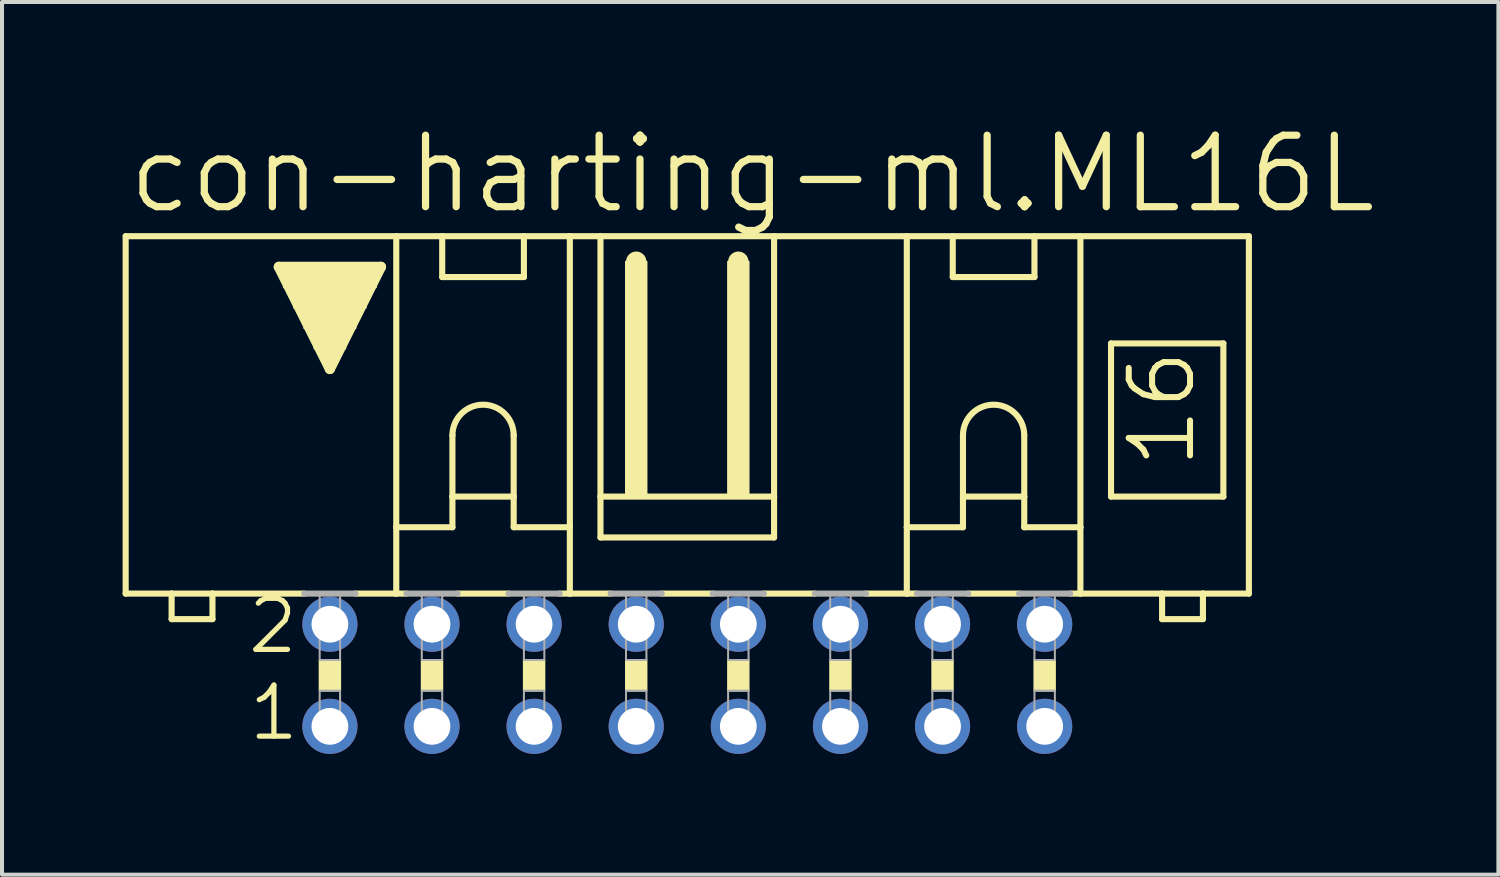
<source format=kicad_pcb>
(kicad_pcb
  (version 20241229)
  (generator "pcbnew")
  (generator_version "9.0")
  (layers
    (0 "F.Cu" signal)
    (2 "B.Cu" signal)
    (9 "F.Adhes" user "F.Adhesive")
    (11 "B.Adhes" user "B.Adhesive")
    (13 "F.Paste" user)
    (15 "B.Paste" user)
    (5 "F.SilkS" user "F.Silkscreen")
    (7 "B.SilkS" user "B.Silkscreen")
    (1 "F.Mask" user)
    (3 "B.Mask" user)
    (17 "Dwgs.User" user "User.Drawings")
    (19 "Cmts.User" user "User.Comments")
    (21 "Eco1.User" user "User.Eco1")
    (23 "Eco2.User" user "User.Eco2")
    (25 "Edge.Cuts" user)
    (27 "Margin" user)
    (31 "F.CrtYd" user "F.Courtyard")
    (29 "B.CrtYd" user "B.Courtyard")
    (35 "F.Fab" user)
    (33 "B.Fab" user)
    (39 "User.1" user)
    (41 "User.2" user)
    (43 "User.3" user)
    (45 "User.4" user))
  (footprint "con-harting-ml.ML16L"
    (layer "F.Cu")
    (at 14.046 13.748)
    (property "Reference" "con-harting-ml.ML16L" (at -13.995 -11.43 0) (layer "F.SilkS") (effects (font (size 1.778 1.778) (thickness 0.18)) (justify left bottom)))
    (attr through_hole)
    (fp_line (start -13.97 -2.032) (end -13.97 -10.922) (stroke (width 0.152) (type default)) (layer "F.SilkS"))
    (fp_line (start -13.97 -2.032) (end -12.827 -2.032) (stroke (width 0.152) (type default)) (layer "F.SilkS"))
    (fp_line (start -12.827 -2.032) (end -12.827 -1.397) (stroke (width 0.152) (type default)) (layer "F.SilkS"))
    (fp_line (start -12.827 -2.032) (end -11.811 -2.032) (stroke (width 0.152) (type default)) (layer "F.SilkS"))
    (fp_line (start -11.811 -2.032) (end -9.525 -2.032) (stroke (width 0.152) (type default)) (layer "F.SilkS"))
    (fp_line (start -11.811 -1.397) (end -12.827 -1.397) (stroke (width 0.152) (type default)) (layer "F.SilkS"))
    (fp_line (start -11.811 -1.397) (end -11.811 -2.032) (stroke (width 0.152) (type default)) (layer "F.SilkS"))
    (fp_line (start -10.16 -10.16) (end -7.62 -10.16) (stroke (width 0.254) (type default)) (layer "F.SilkS"))
    (fp_line (start -8.89 -7.62) (end -10.16 -10.16) (stroke (width 0.254) (type default)) (layer "F.SilkS"))
    (fp_line (start -8.255 -2.032) (end -7.239 -2.032) (stroke (width 0.152) (type default)) (layer "F.SilkS"))
    (fp_line (start -7.62 -10.16) (end -8.89 -7.62) (stroke (width 0.254) (type default)) (layer "F.SilkS"))
    (fp_line (start -7.239 -10.922) (end -13.97 -10.922) (stroke (width 0.152) (type default)) (layer "F.SilkS"))
    (fp_line (start -7.239 -10.922) (end -6.096 -10.922) (stroke (width 0.152) (type default)) (layer "F.SilkS"))
    (fp_line (start -7.239 -3.683) (end -7.239 -10.922) (stroke (width 0.152) (type default)) (layer "F.SilkS"))
    (fp_line (start -7.239 -3.683) (end -5.842 -3.683) (stroke (width 0.152) (type default)) (layer "F.SilkS"))
    (fp_line (start -7.239 -2.032) (end -7.239 -3.683) (stroke (width 0.152) (type default)) (layer "F.SilkS"))
    (fp_line (start -7.239 -2.032) (end -6.985 -2.032) (stroke (width 0.152) (type default)) (layer "F.SilkS"))
    (fp_line (start -6.096 -10.922) (end -4.064 -10.922) (stroke (width 0.152) (type default)) (layer "F.SilkS"))
    (fp_line (start -6.096 -9.906) (end -6.096 -10.922) (stroke (width 0.152) (type default)) (layer "F.SilkS"))
    (fp_line (start -6.096 -9.906) (end -4.064 -9.906) (stroke (width 0.152) (type default)) (layer "F.SilkS"))
    (fp_line (start -5.842 -5.969) (end -5.842 -4.445) (stroke (width 0.152) (type default)) (layer "F.SilkS"))
    (fp_line (start -5.842 -4.445) (end -5.842 -3.683) (stroke (width 0.152) (type default)) (layer "F.SilkS"))
    (fp_line (start -5.842 -4.445) (end -4.318 -4.445) (stroke (width 0.152) (type default)) (layer "F.SilkS"))
    (fp_line (start -5.715 -2.032) (end -4.445 -2.032) (stroke (width 0.152) (type default)) (layer "F.SilkS"))
    (fp_line (start -4.318 -5.969) (end -4.318 -4.445) (stroke (width 0.152) (type default)) (layer "F.SilkS"))
    (fp_line (start -4.318 -4.445) (end -4.318 -3.683) (stroke (width 0.152) (type default)) (layer "F.SilkS"))
    (fp_line (start -4.318 -3.683) (end -2.921 -3.683) (stroke (width 0.152) (type default)) (layer "F.SilkS"))
    (fp_line (start -4.064 -10.922) (end -4.064 -9.906) (stroke (width 0.152) (type default)) (layer "F.SilkS"))
    (fp_line (start -4.064 -10.922) (end -2.921 -10.922) (stroke (width 0.152) (type default)) (layer "F.SilkS"))
    (fp_line (start -3.175 -2.032) (end -2.921 -2.032) (stroke (width 0.152) (type default)) (layer "F.SilkS"))
    (fp_line (start -2.921 -10.922) (end -2.159 -10.922) (stroke (width 0.152) (type default)) (layer "F.SilkS"))
    (fp_line (start -2.921 -3.683) (end -2.921 -10.922) (stroke (width 0.152) (type default)) (layer "F.SilkS"))
    (fp_line (start -2.921 -3.683) (end -2.921 -2.032) (stroke (width 0.152) (type default)) (layer "F.SilkS"))
    (fp_line (start -2.921 -2.032) (end -1.905 -2.032) (stroke (width 0.152) (type default)) (layer "F.SilkS"))
    (fp_line (start -2.159 -10.922) (end -2.159 -4.445) (stroke (width 0.152) (type default)) (layer "F.SilkS"))
    (fp_line (start -2.159 -10.922) (end 2.159 -10.922) (stroke (width 0.152) (type default)) (layer "F.SilkS"))
    (fp_line (start -2.159 -4.445) (end -2.159 -3.429) (stroke (width 0.152) (type default)) (layer "F.SilkS"))
    (fp_line (start -1.27 -10.033) (end -1.27 -10.287) (stroke (width 0.508) (type default)) (layer "F.SilkS"))
    (fp_line (start -0.635 -2.032) (end 0.635 -2.032) (stroke (width 0.152) (type default)) (layer "F.SilkS"))
    (fp_line (start 1.27 -10.033) (end 1.27 -10.287) (stroke (width 0.508) (type default)) (layer "F.SilkS"))
    (fp_line (start 1.905 -2.032) (end 3.175 -2.032) (stroke (width 0.152) (type default)) (layer "F.SilkS"))
    (fp_line (start 2.159 -10.922) (end 2.159 -4.445) (stroke (width 0.152) (type default)) (layer "F.SilkS"))
    (fp_line (start 2.159 -10.922) (end 5.461 -10.922) (stroke (width 0.152) (type default)) (layer "F.SilkS"))
    (fp_line (start 2.159 -4.445) (end -2.159 -4.445) (stroke (width 0.152) (type default)) (layer "F.SilkS"))
    (fp_line (start 2.159 -4.445) (end 2.159 -3.429) (stroke (width 0.152) (type default)) (layer "F.SilkS"))
    (fp_line (start 2.159 -3.429) (end -2.159 -3.429) (stroke (width 0.152) (type default)) (layer "F.SilkS"))
    (fp_line (start 4.445 -2.032) (end 5.461 -2.032) (stroke (width 0.152) (type default)) (layer "F.SilkS"))
    (fp_line (start 5.461 -10.922) (end 13.97 -10.922) (stroke (width 0.152) (type default)) (layer "F.SilkS"))
    (fp_line (start 5.461 -3.683) (end 5.461 -10.922) (stroke (width 0.152) (type default)) (layer "F.SilkS"))
    (fp_line (start 5.461 -3.683) (end 5.461 -2.032) (stroke (width 0.152) (type default)) (layer "F.SilkS"))
    (fp_line (start 5.461 -3.683) (end 6.858 -3.683) (stroke (width 0.152) (type default)) (layer "F.SilkS"))
    (fp_line (start 5.461 -2.032) (end 5.715 -2.032) (stroke (width 0.152) (type default)) (layer "F.SilkS"))
    (fp_line (start 6.604 -9.906) (end 6.604 -10.922) (stroke (width 0.152) (type default)) (layer "F.SilkS"))
    (fp_line (start 6.604 -9.906) (end 8.636 -9.906) (stroke (width 0.152) (type default)) (layer "F.SilkS"))
    (fp_line (start 6.858 -5.969) (end 6.858 -4.445) (stroke (width 0.152) (type default)) (layer "F.SilkS"))
    (fp_line (start 6.858 -4.445) (end 6.858 -3.683) (stroke (width 0.152) (type default)) (layer "F.SilkS"))
    (fp_line (start 6.858 -4.445) (end 8.382 -4.445) (stroke (width 0.152) (type default)) (layer "F.SilkS"))
    (fp_line (start 6.985 -2.032) (end 8.255 -2.032) (stroke (width 0.152) (type default)) (layer "F.SilkS"))
    (fp_line (start 8.382 -5.969) (end 8.382 -4.445) (stroke (width 0.152) (type default)) (layer "F.SilkS"))
    (fp_line (start 8.382 -4.445) (end 8.382 -3.683) (stroke (width 0.152) (type default)) (layer "F.SilkS"))
    (fp_line (start 8.382 -3.683) (end 9.779 -3.683) (stroke (width 0.152) (type default)) (layer "F.SilkS"))
    (fp_line (start 8.636 -10.922) (end 8.636 -9.906) (stroke (width 0.152) (type default)) (layer "F.SilkS"))
    (fp_line (start 9.779 -3.683) (end 9.779 -10.922) (stroke (width 0.152) (type default)) (layer "F.SilkS"))
    (fp_line (start 9.779 -3.683) (end 9.779 -2.032) (stroke (width 0.152) (type default)) (layer "F.SilkS"))
    (fp_line (start 9.779 -2.032) (end 9.525 -2.032) (stroke (width 0.152) (type default)) (layer "F.SilkS"))
    (fp_line (start 10.541 -8.255) (end 10.541 -4.445) (stroke (width 0.152) (type default)) (layer "F.SilkS"))
    (fp_line (start 10.541 -8.255) (end 13.335 -8.255) (stroke (width 0.152) (type default)) (layer "F.SilkS"))
    (fp_line (start 10.541 -4.445) (end 13.335 -4.445) (stroke (width 0.152) (type default)) (layer "F.SilkS"))
    (fp_line (start 11.811 -2.032) (end 9.779 -2.032) (stroke (width 0.152) (type default)) (layer "F.SilkS"))
    (fp_line (start 11.811 -2.032) (end 11.811 -1.397) (stroke (width 0.152) (type default)) (layer "F.SilkS"))
    (fp_line (start 12.827 -2.032) (end 11.811 -2.032) (stroke (width 0.152) (type default)) (layer "F.SilkS"))
    (fp_line (start 12.827 -1.397) (end 11.811 -1.397) (stroke (width 0.152) (type default)) (layer "F.SilkS"))
    (fp_line (start 12.827 -1.397) (end 12.827 -2.032) (stroke (width 0.152) (type default)) (layer "F.SilkS"))
    (fp_line (start 13.335 -4.445) (end 13.335 -8.255) (stroke (width 0.152) (type default)) (layer "F.SilkS"))
    (fp_line (start 13.97 -2.032) (end 12.827 -2.032) (stroke (width 0.152) (type default)) (layer "F.SilkS"))
    (fp_line (start 13.97 -2.032) (end 13.97 -10.922) (stroke (width 0.152) (type default)) (layer "F.SilkS"))
    (fp_rect (start -10.033 -9.652) (end -7.747 -10.16) (stroke (width 0.05) (type default)) (fill yes) (layer "F.SilkS"))
    (fp_rect (start -9.779 -9.144) (end -8.001 -9.652) (stroke (width 0.05) (type default)) (fill yes) (layer "F.SilkS"))
    (fp_rect (start -9.525 -8.636) (end -8.255 -9.144) (stroke (width 0.05) (type default)) (fill yes) (layer "F.SilkS"))
    (fp_rect (start -9.271 -8.128) (end -8.509 -8.636) (stroke (width 0.05) (type default)) (fill yes) (layer "F.SilkS"))
    (fp_rect (start -9.144 0.381) (end -8.636 -0.381) (stroke (width 0.05) (type default)) (fill yes) (layer "F.SilkS"))
    (fp_rect (start -9.017 -7.874) (end -8.763 -8.128) (stroke (width 0.05) (type default)) (fill yes) (layer "F.SilkS"))
    (fp_rect (start -6.604 0.381) (end -6.096 -0.381) (stroke (width 0.05) (type default)) (fill yes) (layer "F.SilkS"))
    (fp_rect (start -4.064 0.381) (end -3.556 -0.381) (stroke (width 0.05) (type default)) (fill yes) (layer "F.SilkS"))
    (fp_rect (start -1.524 -4.445) (end -1.016 -10.287) (stroke (width 0.05) (type default)) (fill yes) (layer "F.SilkS"))
    (fp_rect (start -1.524 0.381) (end -1.016 -0.381) (stroke (width 0.05) (type default)) (fill yes) (layer "F.SilkS"))
    (fp_rect (start 1.016 -4.445) (end 1.524 -10.287) (stroke (width 0.05) (type default)) (fill yes) (layer "F.SilkS"))
    (fp_rect (start 1.016 0.381) (end 1.524 -0.381) (stroke (width 0.05) (type default)) (fill yes) (layer "F.SilkS"))
    (fp_rect (start 3.556 0.381) (end 4.064 -0.381) (stroke (width 0.05) (type default)) (fill yes) (layer "F.SilkS"))
    (fp_rect (start 6.096 0.381) (end 6.604 -0.381) (stroke (width 0.05) (type default)) (fill yes) (layer "F.SilkS"))
    (fp_rect (start 8.636 0.381) (end 9.144 -0.381) (stroke (width 0.05) (type default)) (fill yes) (layer "F.SilkS"))
    (fp_arc (start -5.842 -5.969) (mid -5.08 -6.731) (end -4.318 -5.969) (stroke (width 0.1524) (type default)) (layer "F.SilkS"))
    (fp_arc (start 6.858 -5.969) (mid 7.62 -6.731) (end 8.382 -5.969) (stroke (width 0.1524) (type default)) (layer "F.SilkS"))
    (fp_line (start -9.525 -2.032) (end -8.255 -2.032) (stroke (width 0.152) (type default)) (layer "F.Fab"))
    (fp_line (start -6.985 -2.032) (end -5.715 -2.032) (stroke (width 0.152) (type default)) (layer "F.Fab"))
    (fp_line (start -4.445 -2.032) (end -3.175 -2.032) (stroke (width 0.152) (type default)) (layer "F.Fab"))
    (fp_line (start -1.905 -2.032) (end -0.635 -2.032) (stroke (width 0.152) (type default)) (layer "F.Fab"))
    (fp_line (start 1.905 -2.032) (end 0.635 -2.032) (stroke (width 0.152) (type default)) (layer "F.Fab"))
    (fp_line (start 4.445 -2.032) (end 3.175 -2.032) (stroke (width 0.152) (type default)) (layer "F.Fab"))
    (fp_line (start 6.985 -2.032) (end 5.715 -2.032) (stroke (width 0.152) (type default)) (layer "F.Fab"))
    (fp_line (start 9.525 -2.032) (end 8.255 -2.032) (stroke (width 0.152) (type default)) (layer "F.Fab"))
    (fp_rect (start -9.144 -0.381) (end -8.636 -2.032) (stroke (width 0.05) (type default)) (fill no) (layer "F.Fab"))
    (fp_rect (start -9.144 1.524) (end -8.636 0.381) (stroke (width 0.05) (type default)) (fill no) (layer "F.Fab"))
    (fp_rect (start -6.604 -0.381) (end -6.096 -2.032) (stroke (width 0.05) (type default)) (fill no) (layer "F.Fab"))
    (fp_rect (start -6.604 1.524) (end -6.096 0.381) (stroke (width 0.05) (type default)) (fill no) (layer "F.Fab"))
    (fp_rect (start -4.064 -0.381) (end -3.556 -2.032) (stroke (width 0.05) (type default)) (fill no) (layer "F.Fab"))
    (fp_rect (start -4.064 1.524) (end -3.556 0.381) (stroke (width 0.05) (type default)) (fill no) (layer "F.Fab"))
    (fp_rect (start -1.524 -0.381) (end -1.016 -2.032) (stroke (width 0.05) (type default)) (fill no) (layer "F.Fab"))
    (fp_rect (start -1.524 1.524) (end -1.016 0.381) (stroke (width 0.05) (type default)) (fill no) (layer "F.Fab"))
    (fp_rect (start 1.016 -0.381) (end 1.524 -2.032) (stroke (width 0.05) (type default)) (fill no) (layer "F.Fab"))
    (fp_rect (start 1.016 1.524) (end 1.524 0.381) (stroke (width 0.05) (type default)) (fill no) (layer "F.Fab"))
    (fp_rect (start 3.556 -0.381) (end 4.064 -2.032) (stroke (width 0.05) (type default)) (fill no) (layer "F.Fab"))
    (fp_rect (start 3.556 1.524) (end 4.064 0.381) (stroke (width 0.05) (type default)) (fill no) (layer "F.Fab"))
    (fp_rect (start 6.096 -0.381) (end 6.604 -2.032) (stroke (width 0.05) (type default)) (fill no) (layer "F.Fab"))
    (fp_rect (start 6.096 1.524) (end 6.604 0.381) (stroke (width 0.05) (type default)) (fill no) (layer "F.Fab"))
    (fp_rect (start 8.636 -0.381) (end 9.144 -2.032) (stroke (width 0.05) (type default)) (fill no) (layer "F.Fab"))
    (fp_rect (start 8.636 1.524) (end 9.144 0.381) (stroke (width 0.05) (type default)) (fill no) (layer "F.Fab"))
    (fp_text user "16" (at 12.7 -5.08 90) (layer "F.SilkS") (effects (font (size 1.524 1.524) (thickness 0.15)) (justify left bottom)))
    (fp_text user "1" (at -10.973 1.676 0) (layer "F.SilkS") (effects (font (size 1.27 1.27) (thickness 0.13)) (justify left bottom)))
    (fp_text user "2" (at -10.998 -0.483 0) (layer "F.SilkS") (effects (font (size 1.27 1.27) (thickness 0.13)) (justify left bottom)))
    (pad "1" thru_hole circle (at -8.89 1.27) (size 1.372 1.372) (drill 0.914) (layers "*.Cu" "*.Mask"))
    (pad "2" thru_hole circle (at -8.89 -1.27) (size 1.372 1.372) (drill 0.914) (layers "*.Cu" "*.Mask"))
    (pad "3" thru_hole circle (at -6.35 1.27) (size 1.372 1.372) (drill 0.914) (layers "*.Cu" "*.Mask"))
    (pad "4" thru_hole circle (at -6.35 -1.27) (size 1.372 1.372) (drill 0.914) (layers "*.Cu" "*.Mask"))
    (pad "5" thru_hole circle (at -3.81 1.27) (size 1.372 1.372) (drill 0.914) (layers "*.Cu" "*.Mask"))
    (pad "6" thru_hole circle (at -3.81 -1.27) (size 1.372 1.372) (drill 0.914) (layers "*.Cu" "*.Mask"))
    (pad "7" thru_hole circle (at -1.27 1.27) (size 1.372 1.372) (drill 0.914) (layers "*.Cu" "*.Mask"))
    (pad "8" thru_hole circle (at -1.27 -1.27) (size 1.372 1.372) (drill 0.914) (layers "*.Cu" "*.Mask"))
    (pad "9" thru_hole circle (at 1.27 1.27) (size 1.372 1.372) (drill 0.914) (layers "*.Cu" "*.Mask"))
    (pad "10" thru_hole circle (at 1.27 -1.27) (size 1.372 1.372) (drill 0.914) (layers "*.Cu" "*.Mask"))
    (pad "11" thru_hole circle (at 3.81 1.27) (size 1.372 1.372) (drill 0.914) (layers "*.Cu" "*.Mask"))
    (pad "12" thru_hole circle (at 3.81 -1.27) (size 1.372 1.372) (drill 0.914) (layers "*.Cu" "*.Mask"))
    (pad "13" thru_hole circle (at 6.35 1.27) (size 1.372 1.372) (drill 0.914) (layers "*.Cu" "*.Mask"))
    (pad "14" thru_hole circle (at 6.35 -1.27) (size 1.372 1.372) (drill 0.914) (layers "*.Cu" "*.Mask"))
    (pad "15" thru_hole circle (at 8.89 1.27) (size 1.372 1.372) (drill 0.914) (layers "*.Cu" "*.Mask"))
    (pad "16" thru_hole circle (at 8.89 -1.27) (size 1.372 1.372) (drill 0.914) (layers "*.Cu" "*.Mask")))
  (gr_rect
    (start -3 -3)
    (end 34.223 18.707)
    (stroke (width 0.1) (type default))
    (fill no)
    (layer "Edge.Cuts")))
</source>
